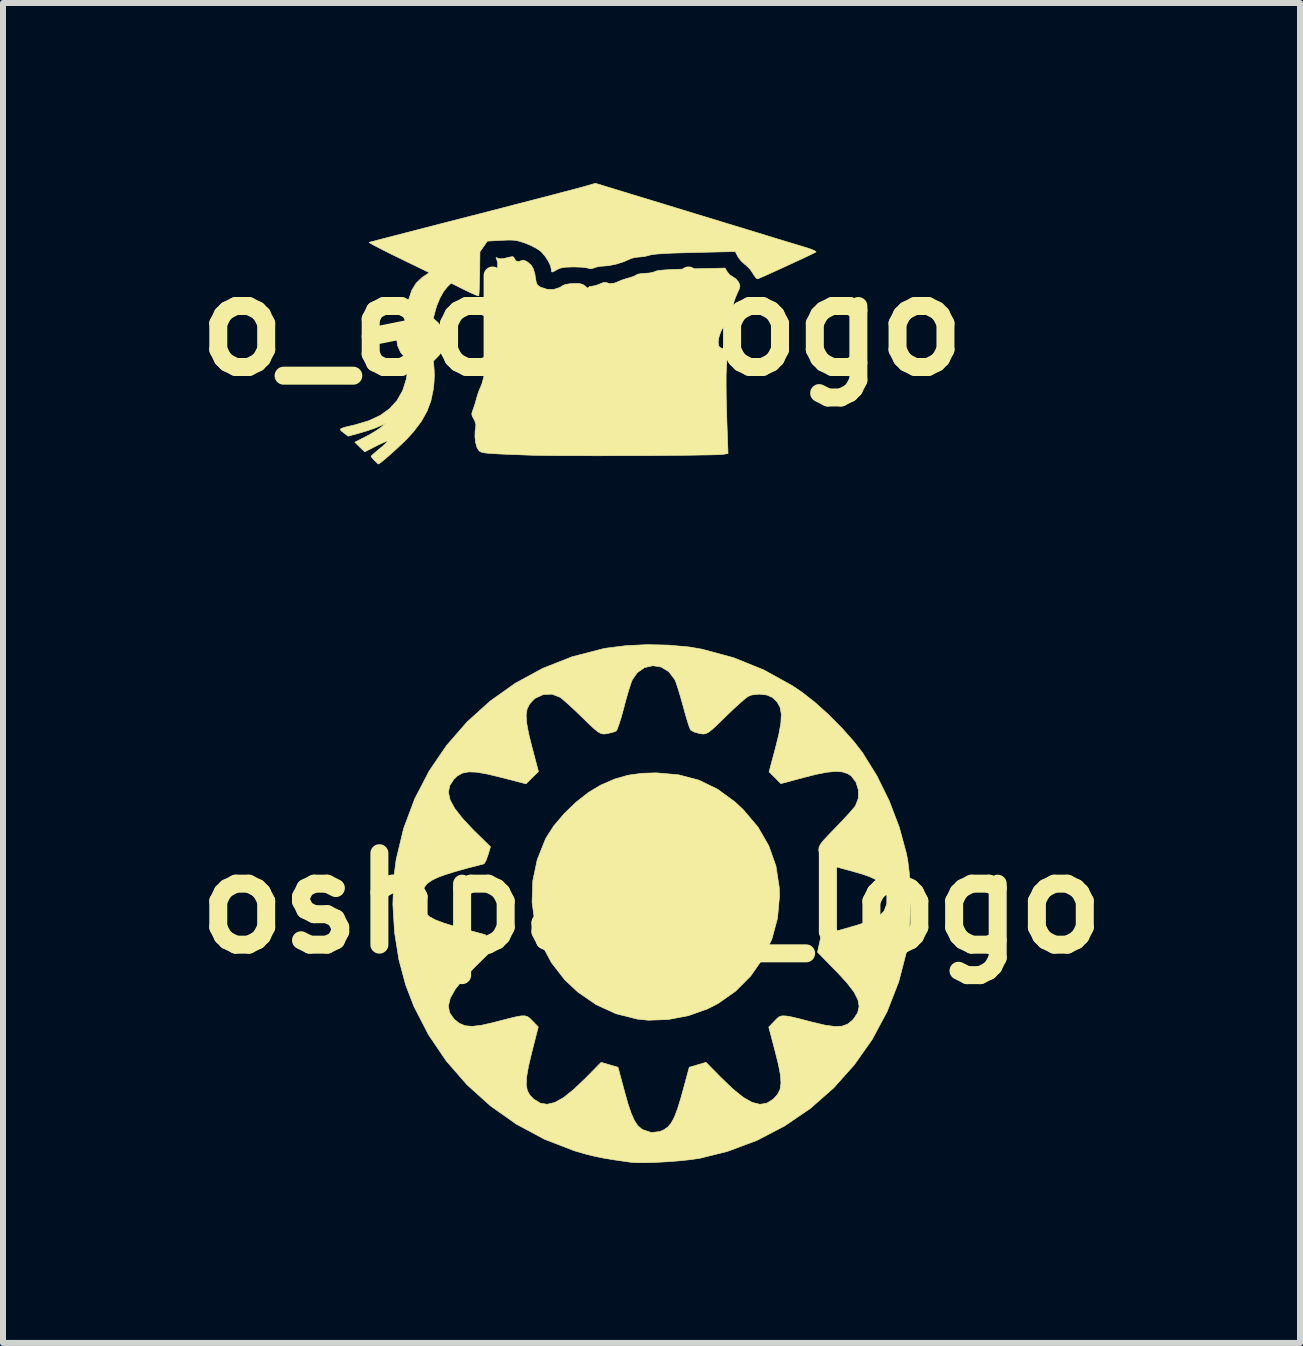
<source format=kicad_pcb>
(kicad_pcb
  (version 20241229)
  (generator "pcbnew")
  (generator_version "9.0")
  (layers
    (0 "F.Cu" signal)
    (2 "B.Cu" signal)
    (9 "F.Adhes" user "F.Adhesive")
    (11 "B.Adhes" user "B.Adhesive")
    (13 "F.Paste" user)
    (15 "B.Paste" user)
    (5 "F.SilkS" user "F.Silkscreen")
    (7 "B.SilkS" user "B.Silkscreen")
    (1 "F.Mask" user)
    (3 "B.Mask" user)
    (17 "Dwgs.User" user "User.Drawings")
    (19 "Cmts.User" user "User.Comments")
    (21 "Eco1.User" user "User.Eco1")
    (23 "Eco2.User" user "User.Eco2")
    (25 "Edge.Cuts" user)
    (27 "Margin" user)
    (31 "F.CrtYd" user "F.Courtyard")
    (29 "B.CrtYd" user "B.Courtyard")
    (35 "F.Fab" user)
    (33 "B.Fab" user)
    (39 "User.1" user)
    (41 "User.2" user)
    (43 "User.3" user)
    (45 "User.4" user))
  (footprint "oshpark_logo"
    (layer "F.Cu")
    (at 7.809 12.005)
    (property "Reference" "oshpark_logo" (at 0 0 0) (layer "F.SilkS") (effects (font (size 1.524 1.524) (thickness 0.3))))
    (attr through_hole)
    (fp_poly (pts (xy 0.45 -2.142) (xy 0.787 -2.053) (xy 1.098 -1.903) (xy 1.389 -1.691) (xy 1.527 -1.562) (xy 1.773 -1.272) (xy 1.955 -0.957) (xy 2.074 -0.62) (xy 2.129 -0.26) (xy 2.133 -0.12) (xy 2.1 0.248) (xy 2.006 0.597) (xy 1.855 0.922) (xy 1.652 1.213) (xy 1.4 1.466) (xy 1.106 1.672) (xy 0.931 1.761) (xy 0.615 1.873) (xy 0.28 1.937) (xy -0.052 1.949) (xy -0.24 1.93) (xy -0.591 1.841) (xy -0.923 1.69) (xy -1.229 1.479) (xy -1.446 1.276) (xy -1.669 0.989) (xy -1.836 0.672) (xy -1.943 0.334) (xy -1.991 -0.017) (xy -1.979 -0.373) (xy -1.905 -0.727) (xy -1.768 -1.069) (xy -1.755 -1.094) (xy -1.629 -1.29) (xy -1.457 -1.493) (xy -1.257 -1.686) (xy -1.046 -1.851) (xy -0.847 -1.97) (xy -0.61 -2.072) (xy -0.389 -2.135) (xy -0.157 -2.167) (xy 0.08 -2.174) (xy 0.45 -2.142)) (stroke (width 0.01) (type solid)) (fill yes) (layer "F.SilkS"))
    (fp_poly (pts (xy 0.286 -4.303) (xy 0.626 -4.272) (xy 0.838 -4.236) (xy 1.368 -4.093) (xy 1.872 -3.889) (xy 2.344 -3.628) (xy 2.506 -3.519) (xy 2.721 -3.351) (xy 2.951 -3.144) (xy 3.176 -2.917) (xy 3.379 -2.688) (xy 3.519 -2.506) (xy 3.755 -2.126) (xy 3.961 -1.708) (xy 4.128 -1.271) (xy 4.246 -0.839) (xy 4.271 -0.711) (xy 4.296 -0.505) (xy 4.31 -0.254) (xy 4.313 0.02) (xy 4.306 0.295) (xy 4.288 0.551) (xy 4.26 0.764) (xy 4.256 0.785) (xy 4.12 1.309) (xy 3.927 1.804) (xy 3.679 2.267) (xy 3.38 2.692) (xy 3.035 3.078) (xy 2.647 3.419) (xy 2.219 3.711) (xy 1.757 3.952) (xy 1.264 4.136) (xy 0.805 4.25) (xy 0.655 4.272) (xy 0.469 4.292) (xy 0.264 4.308) (xy 0.058 4.319) (xy -0.129 4.324) (xy -0.281 4.322) (xy -0.356 4.315) (xy -0.6 4.28) (xy -0.794 4.248) (xy -0.956 4.215) (xy -1.102 4.179) (xy -1.251 4.136) (xy -1.287 4.125) (xy -1.786 3.932) (xy -2.253 3.681) (xy -2.684 3.377) (xy -3.075 3.025) (xy -3.421 2.628) (xy -3.717 2.191) (xy -3.96 1.719) (xy -4.098 1.361) (xy -4.211 0.938) (xy -4.283 0.484) (xy -4.311 0.019) (xy -4.308 -0.069) (xy -3.861 -0.069) (xy -3.821 0.078) (xy -3.809 0.103) (xy -3.765 0.168) (xy -3.699 0.225) (xy -3.601 0.277) (xy -3.462 0.33) (xy -3.271 0.388) (xy -3.153 0.421) (xy -2.767 0.525) (xy -2.726 0.666) (xy -2.684 0.807) (xy -2.938 1.055) (xy -3.133 1.259) (xy -3.272 1.433) (xy -3.355 1.582) (xy -3.386 1.711) (xy -3.366 1.823) (xy -3.296 1.924) (xy -3.29 1.931) (xy -3.203 2.001) (xy -3.106 2.041) (xy -2.986 2.051) (xy -2.831 2.032) (xy -2.627 1.986) (xy -2.603 1.979) (xy -2.41 1.929) (xy -2.272 1.895) (xy -2.176 1.877) (xy -2.111 1.876) (xy -2.064 1.89) (xy -2.026 1.919) (xy -1.985 1.96) (xy -1.888 2.061) (xy -1.999 2.498) (xy -2.052 2.722) (xy -2.082 2.894) (xy -2.088 3.023) (xy -2.07 3.121) (xy -2.027 3.199) (xy -1.961 3.266) (xy -1.854 3.331) (xy -1.74 3.35) (xy -1.613 3.32) (xy -1.467 3.239) (xy -1.298 3.104) (xy -1.099 2.914) (xy -1.089 2.904) (xy -0.84 2.651) (xy -0.7 2.692) (xy -0.559 2.733) (xy -0.455 3.119) (xy -0.393 3.341) (xy -0.337 3.506) (xy -0.284 3.624) (xy -0.229 3.706) (xy -0.167 3.76) (xy -0.144 3.774) (xy -0.001 3.821) (xy 0.139 3.804) (xy 0.204 3.776) (xy 0.271 3.73) (xy 0.328 3.663) (xy 0.381 3.565) (xy 0.434 3.424) (xy 0.493 3.232) (xy 0.524 3.119) (xy 0.629 2.733) (xy 0.908 2.651) (xy 1.157 2.904) (xy 1.358 3.097) (xy 1.529 3.235) (xy 1.676 3.318) (xy 1.804 3.35) (xy 1.918 3.333) (xy 2.023 3.268) (xy 2.033 3.26) (xy 2.1 3.186) (xy 2.142 3.102) (xy 2.157 2.998) (xy 2.148 2.862) (xy 2.114 2.683) (xy 2.065 2.487) (xy 1.954 2.064) (xy 2.052 1.961) (xy 2.094 1.918) (xy 2.132 1.889) (xy 2.178 1.876) (xy 2.243 1.878) (xy 2.338 1.895) (xy 2.476 1.928) (xy 2.667 1.978) (xy 2.68 1.981) (xy 2.891 2.031) (xy 3.052 2.053) (xy 3.174 2.048) (xy 3.268 2.014) (xy 3.347 1.95) (xy 3.368 1.927) (xy 3.435 1.825) (xy 3.46 1.721) (xy 3.441 1.609) (xy 3.375 1.48) (xy 3.259 1.328) (xy 3.091 1.145) (xy 3.075 1.13) (xy 2.767 0.815) (xy 2.797 0.674) (xy 2.828 0.532) (xy 3.217 0.425) (xy 3.441 0.36) (xy 3.609 0.303) (xy 3.73 0.249) (xy 3.814 0.194) (xy 3.871 0.134) (xy 3.876 0.128) (xy 3.921 0.011) (xy 3.922 -0.126) (xy 3.879 -0.253) (xy 3.858 -0.284) (xy 3.801 -0.346) (xy 3.731 -0.398) (xy 3.636 -0.443) (xy 3.504 -0.489) (xy 3.322 -0.541) (xy 3.251 -0.56) (xy 3.102 -0.6) (xy 2.976 -0.638) (xy 2.888 -0.668) (xy 2.857 -0.683) (xy 2.825 -0.735) (xy 2.798 -0.822) (xy 2.795 -0.836) (xy 2.787 -0.89) (xy 2.793 -0.937) (xy 2.818 -0.988) (xy 2.871 -1.054) (xy 2.959 -1.148) (xy 3.058 -1.25) (xy 3.175 -1.372) (xy 3.279 -1.484) (xy 3.358 -1.574) (xy 3.399 -1.625) (xy 3.447 -1.75) (xy 3.448 -1.889) (xy 3.406 -2.021) (xy 3.327 -2.124) (xy 3.269 -2.161) (xy 3.177 -2.19) (xy 3.066 -2.198) (xy 2.924 -2.184) (xy 2.741 -2.148) (xy 2.543 -2.098) (xy 2.156 -1.994) (xy 1.959 -2.191) (xy 2.063 -2.58) (xy 2.123 -2.82) (xy 2.156 -3.008) (xy 2.163 -3.152) (xy 2.143 -3.264) (xy 2.095 -3.353) (xy 2.02 -3.428) (xy 1.924 -3.471) (xy 1.797 -3.486) (xy 1.671 -3.472) (xy 1.615 -3.451) (xy 1.563 -3.413) (xy 1.476 -3.338) (xy 1.364 -3.236) (xy 1.241 -3.118) (xy 1.233 -3.109) (xy 1.105 -2.985) (xy 1.015 -2.901) (xy 0.95 -2.85) (xy 0.9 -2.826) (xy 0.855 -2.821) (xy 0.802 -2.829) (xy 0.713 -2.854) (xy 0.655 -2.886) (xy 0.65 -2.891) (xy 0.63 -2.938) (xy 0.598 -3.035) (xy 0.559 -3.168) (xy 0.527 -3.285) (xy 0.483 -3.441) (xy 0.441 -3.581) (xy 0.405 -3.687) (xy 0.386 -3.731) (xy 0.287 -3.861) (xy 0.162 -3.937) (xy 0.023 -3.96) (xy -0.115 -3.929) (xy -0.237 -3.845) (xy -0.318 -3.731) (xy -0.345 -3.662) (xy -0.383 -3.544) (xy -0.425 -3.397) (xy -0.459 -3.268) (xy -0.5 -3.117) (xy -0.539 -2.992) (xy -0.57 -2.905) (xy -0.588 -2.873) (xy -0.643 -2.851) (xy -0.73 -2.83) (xy -0.74 -2.828) (xy -0.792 -2.821) (xy -0.838 -2.828) (xy -0.89 -2.855) (xy -0.959 -2.911) (xy -1.057 -3.002) (xy -1.148 -3.092) (xy -1.27 -3.209) (xy -1.382 -3.313) (xy -1.472 -3.392) (xy -1.523 -3.433) (xy -1.658 -3.485) (xy -1.804 -3.479) (xy -1.937 -3.418) (xy -1.965 -3.395) (xy -2.032 -3.321) (xy -2.074 -3.238) (xy -2.09 -3.134) (xy -2.08 -2.998) (xy -2.046 -2.819) (xy -1.997 -2.621) (xy -1.885 -2.197) (xy -2.092 -1.991) (xy -2.51 -2.099) (xy -2.738 -2.154) (xy -2.914 -2.185) (xy -3.048 -2.19) (xy -3.151 -2.17) (xy -3.234 -2.124) (xy -3.294 -2.067) (xy -3.363 -1.962) (xy -3.385 -1.85) (xy -3.358 -1.723) (xy -3.279 -1.579) (xy -3.147 -1.41) (xy -2.96 -1.212) (xy -2.938 -1.191) (xy -2.684 -0.942) (xy -2.726 -0.803) (xy -2.757 -0.716) (xy -2.788 -0.663) (xy -2.797 -0.656) (xy -3.068 -0.586) (xy -3.281 -0.526) (xy -3.444 -0.475) (xy -3.566 -0.43) (xy -3.656 -0.386) (xy -3.722 -0.342) (xy -3.745 -0.322) (xy -3.836 -0.2) (xy -3.861 -0.069) (xy -4.308 -0.069) (xy -4.295 -0.434) (xy -4.256 -0.73) (xy -4.131 -1.25) (xy -3.946 -1.743) (xy -3.706 -2.205) (xy -3.414 -2.633) (xy -3.075 -3.022) (xy -2.692 -3.368) (xy -2.27 -3.668) (xy -1.813 -3.916) (xy -1.324 -4.109) (xy -0.809 -4.242) (xy -0.744 -4.254) (xy -0.425 -4.294) (xy -0.073 -4.311) (xy 0.286 -4.303)) (stroke (width 0.01) (type solid)) (fill yes) (layer "F.SilkS")))
  (footprint "o_edu_logo"
    (layer "F.Cu")
    (at 6.648 2.377)
    (property "Reference" "o_edu_logo" (at 0 0 0) (layer "F.SilkS") (effects (font (size 1.524 1.524) (thickness 0.3))))
    (attr through_hole)
    (fp_poly (pts (xy -1.134 -1.138) (xy -1.128 -1.121) (xy -1.099 -1.078) (xy -1.05 -1.069) (xy -1.013 -1.081) (xy -0.976 -1.091) (xy -0.933 -1.076) (xy -0.902 -1.057) (xy -0.846 -1.008) (xy -0.808 -0.946) (xy -0.783 -0.859) (xy -0.772 -0.788) (xy -0.76 -0.719) (xy -0.741 -0.678) (xy -0.707 -0.651) (xy -0.691 -0.642) (xy -0.581 -0.605) (xy -0.468 -0.603) (xy -0.365 -0.637) (xy -0.318 -0.668) (xy -0.274 -0.686) (xy -0.199 -0.698) (xy -0.104 -0.703) (xy -0.038 -0.701) (xy 0.019 -0.684) (xy 0.063 -0.652) (xy 0.092 -0.627) (xy 0.106 -0.63) (xy 0.106 -0.631) (xy 0.124 -0.649) (xy 0.165 -0.656) (xy 0.223 -0.666) (xy 0.29 -0.69) (xy 0.301 -0.695) (xy 0.362 -0.719) (xy 0.404 -0.718) (xy 0.406 -0.717) (xy 0.467 -0.7) (xy 0.545 -0.709) (xy 0.603 -0.732) (xy 0.661 -0.757) (xy 0.738 -0.783) (xy 0.782 -0.795) (xy 0.847 -0.815) (xy 0.895 -0.835) (xy 0.91 -0.846) (xy 0.936 -0.858) (xy 0.992 -0.867) (xy 1.049 -0.871) (xy 1.126 -0.877) (xy 1.192 -0.891) (xy 1.222 -0.903) (xy 1.25 -0.913) (xy 1.302 -0.921) (xy 1.381 -0.928) (xy 1.49 -0.935) (xy 1.635 -0.94) (xy 1.818 -0.945) (xy 1.828 -0.946) (xy 2.386 -0.959) (xy 2.423 -0.896) (xy 2.466 -0.845) (xy 2.519 -0.811) (xy 2.519 -0.811) (xy 2.571 -0.776) (xy 2.612 -0.724) (xy 2.613 -0.723) (xy 2.63 -0.683) (xy 2.634 -0.649) (xy 2.621 -0.607) (xy 2.594 -0.548) (xy 2.561 -0.471) (xy 2.535 -0.396) (xy 2.527 -0.362) (xy 2.509 -0.298) (xy 2.486 -0.246) (xy 2.484 -0.244) (xy 2.461 -0.19) (xy 2.455 -0.155) (xy 2.447 -0.098) (xy 2.425 -0.044) (xy 2.398 -0.007) (xy 2.382 0) (xy 2.361 0.018) (xy 2.333 0.065) (xy 2.311 0.112) (xy 2.281 0.204) (xy 2.272 0.283) (xy 2.282 0.341) (xy 2.312 0.371) (xy 2.319 0.373) (xy 2.382 0.391) (xy 2.428 0.421) (xy 2.445 0.454) (xy 2.443 0.464) (xy 2.428 0.517) (xy 2.417 0.594) (xy 2.409 0.698) (xy 2.404 0.832) (xy 2.404 0.998) (xy 2.406 1.2) (xy 2.412 1.439) (xy 2.419 1.653) (xy 2.436 2.132) (xy 2.356 2.145) (xy 2.313 2.148) (xy 2.233 2.152) (xy 2.118 2.155) (xy 1.974 2.157) (xy 1.804 2.16) (xy 1.612 2.162) (xy 1.404 2.164) (xy 1.183 2.166) (xy 0.952 2.167) (xy 0.718 2.168) (xy 0.483 2.168) (xy 0.251 2.169) (xy 0.028 2.168) (xy -0.183 2.168) (xy -0.377 2.167) (xy -0.551 2.165) (xy -0.7 2.163) (xy -0.82 2.161) (xy -0.878 2.159) (xy -1.082 2.151) (xy -1.248 2.145) (xy -1.379 2.139) (xy -1.482 2.133) (xy -1.558 2.128) (xy -1.614 2.122) (xy -1.654 2.115) (xy -1.68 2.107) (xy -1.699 2.098) (xy -1.713 2.086) (xy -1.714 2.086) (xy -1.748 2.032) (xy -1.771 1.95) (xy -1.782 1.852) (xy -1.779 1.752) (xy -1.77 1.702) (xy -1.767 1.64) (xy -1.791 1.574) (xy -1.801 1.558) (xy -1.829 1.505) (xy -1.835 1.467) (xy -1.822 1.421) (xy -1.814 1.401) (xy -1.789 1.331) (xy -1.765 1.248) (xy -1.757 1.217) (xy -1.733 1.137) (xy -1.704 1.059) (xy -1.692 1.035) (xy -1.666 0.97) (xy -1.639 0.87) (xy -1.61 0.745) (xy -1.582 0.603) (xy -1.557 0.452) (xy -1.536 0.301) (xy -1.52 0.157) (xy -1.512 0.053) (xy -1.5 -0.077) (xy -1.477 -0.201) (xy -1.461 -0.265) (xy -1.452 -0.31) (xy -1.444 -0.387) (xy -1.436 -0.485) (xy -1.43 -0.594) (xy -1.43 -0.603) (xy -1.424 -0.716) (xy -1.418 -0.821) (xy -1.412 -0.908) (xy -1.406 -0.965) (xy -1.406 -0.966) (xy -1.403 -1.041) (xy -1.417 -1.098) (xy -1.418 -1.1) (xy -1.432 -1.132) (xy -1.421 -1.134) (xy -1.401 -1.124) (xy -1.356 -1.113) (xy -1.288 -1.121) (xy -1.249 -1.131) (xy -1.184 -1.146) (xy -1.15 -1.149) (xy -1.134 -1.138)) (stroke (width 0.01) (type solid)) (fill yes) (layer "F.SilkS"))
    (fp_poly (pts (xy 1.886 -1.865) (xy 2.146 -1.786) (xy 2.399 -1.708) (xy 2.641 -1.635) (xy 2.867 -1.566) (xy 3.075 -1.502) (xy 3.261 -1.445) (xy 3.422 -1.396) (xy 3.554 -1.356) (xy 3.654 -1.326) (xy 3.718 -1.306) (xy 3.733 -1.302) (xy 3.812 -1.276) (xy 3.871 -1.252) (xy 3.901 -1.234) (xy 3.902 -1.228) (xy 3.879 -1.215) (xy 3.824 -1.188) (xy 3.743 -1.149) (xy 3.643 -1.102) (xy 3.53 -1.05) (xy 3.411 -0.995) (xy 3.292 -0.94) (xy 3.179 -0.889) (xy 3.08 -0.844) (xy 3.001 -0.809) (xy 2.947 -0.786) (xy 2.928 -0.779) (xy 2.905 -0.792) (xy 2.872 -0.834) (xy 2.852 -0.868) (xy 2.804 -0.938) (xy 2.743 -1.001) (xy 2.72 -1.018) (xy 2.659 -1.072) (xy 2.608 -1.137) (xy 2.598 -1.154) (xy 2.557 -1.234) (xy 1.885 -1.219) (xy 1.673 -1.213) (xy 1.5 -1.208) (xy 1.364 -1.201) (xy 1.26 -1.194) (xy 1.186 -1.186) (xy 1.139 -1.177) (xy 1.13 -1.174) (xy 1.052 -1.154) (xy 0.968 -1.144) (xy 0.957 -1.144) (xy 0.884 -1.136) (xy 0.819 -1.118) (xy 0.808 -1.113) (xy 0.691 -1.062) (xy 0.564 -1.023) (xy 0.445 -0.999) (xy 0.382 -0.994) (xy 0.305 -0.988) (xy 0.239 -0.975) (xy 0.213 -0.965) (xy 0.153 -0.947) (xy 0.107 -0.957) (xy 0.062 -0.967) (xy -0.012 -0.974) (xy -0.103 -0.977) (xy -0.144 -0.978) (xy -0.247 -0.975) (xy -0.319 -0.968) (xy -0.373 -0.953) (xy -0.415 -0.933) (xy -0.47 -0.902) (xy -0.497 -0.892) (xy -0.507 -0.905) (xy -0.508 -0.932) (xy -0.522 -0.997) (xy -0.56 -1.076) (xy -0.614 -1.158) (xy -0.674 -1.227) (xy -0.7 -1.25) (xy -0.764 -1.291) (xy -0.851 -1.336) (xy -0.943 -1.374) (xy -0.951 -1.377) (xy -1.028 -1.402) (xy -1.09 -1.418) (xy -1.151 -1.425) (xy -1.226 -1.426) (xy -1.326 -1.422) (xy -1.345 -1.421) (xy -1.575 -1.408) (xy -1.637 -1.319) (xy -1.699 -1.231) (xy -1.703 -0.869) (xy -1.706 -0.75) (xy -1.709 -0.646) (xy -1.712 -0.564) (xy -1.716 -0.512) (xy -1.719 -0.496) (xy -1.742 -0.5) (xy -1.794 -0.521) (xy -1.868 -0.554) (xy -1.955 -0.596) (xy -2.179 -0.708) (xy -2.24 -0.649) (xy -2.304 -0.569) (xy -2.366 -0.459) (xy -2.418 -0.332) (xy -2.444 -0.246) (xy -2.476 -0.121) (xy -2.392 -0.045) (xy -2.315 0.051) (xy -2.276 0.16) (xy -2.273 0.275) (xy -2.307 0.389) (xy -2.379 0.494) (xy -2.395 0.511) (xy -2.474 0.59) (xy -2.462 0.737) (xy -2.459 0.833) (xy -2.464 0.946) (xy -2.475 1.054) (xy -2.476 1.061) (xy -2.516 1.253) (xy -2.582 1.429) (xy -2.676 1.597) (xy -2.804 1.766) (xy -2.909 1.881) (xy -2.969 1.941) (xy -3.043 2.011) (xy -3.123 2.085) (xy -3.203 2.156) (xy -3.276 2.22) (xy -3.337 2.27) (xy -3.378 2.3) (xy -3.391 2.307) (xy -3.41 2.293) (xy -3.446 2.259) (xy -3.457 2.248) (xy -3.493 2.207) (xy -3.513 2.181) (xy -3.514 2.178) (xy -3.498 2.16) (xy -3.457 2.124) (xy -3.399 2.075) (xy -3.376 2.056) (xy -3.313 2.004) (xy -3.265 1.96) (xy -3.24 1.932) (xy -3.239 1.928) (xy -3.256 1.929) (xy -3.303 1.947) (xy -3.372 1.979) (xy -3.429 2.007) (xy -3.619 2.104) (xy -3.702 2.024) (xy -3.784 1.943) (xy -3.601 1.85) (xy -3.512 1.802) (xy -3.428 1.751) (xy -3.363 1.707) (xy -3.344 1.692) (xy -3.27 1.627) (xy -3.341 1.662) (xy -3.45 1.709) (xy -3.582 1.754) (xy -3.742 1.801) (xy -3.897 1.842) (xy -3.972 1.785) (xy -4.006 1.758) (xy -4.024 1.738) (xy -4.021 1.722) (xy -3.993 1.708) (xy -3.935 1.69) (xy -3.842 1.668) (xy -3.781 1.654) (xy -3.553 1.586) (xy -3.36 1.496) (xy -3.203 1.383) (xy -3.079 1.246) (xy -2.987 1.084) (xy -2.927 0.895) (xy -2.903 0.745) (xy -2.886 0.584) (xy -2.949 0.531) (xy -3.023 0.443) (xy -3.071 0.334) (xy -3.089 0.217) (xy -3.073 0.105) (xy -3.068 0.091) (xy -3.038 0.036) (xy -2.994 -0.023) (xy -2.986 -0.032) (xy -2.954 -0.072) (xy -2.933 -0.116) (xy -2.921 -0.178) (xy -2.912 -0.259) (xy -2.885 -0.441) (xy -2.835 -0.589) (xy -2.761 -0.709) (xy -2.662 -0.803) (xy -2.638 -0.819) (xy -2.543 -0.883) (xy -3.055 -1.132) (xy -3.189 -1.197) (xy -3.308 -1.257) (xy -3.408 -1.309) (xy -3.484 -1.349) (xy -3.531 -1.376) (xy -3.546 -1.388) (xy -3.545 -1.388) (xy -3.522 -1.394) (xy -3.461 -1.41) (xy -3.365 -1.435) (xy -3.237 -1.469) (xy -3.08 -1.509) (xy -2.898 -1.556) (xy -2.693 -1.609) (xy -2.469 -1.667) (xy -2.228 -1.729) (xy -1.974 -1.794) (xy -1.831 -1.831) (xy -1.566 -1.899) (xy -1.31 -1.965) (xy -1.065 -2.029) (xy -0.835 -2.088) (xy -0.624 -2.143) (xy -0.436 -2.192) (xy -0.273 -2.235) (xy -0.139 -2.27) (xy -0.037 -2.297) (xy 0.028 -2.315) (xy 0.044 -2.319) (xy 0.226 -2.372) (xy 1.886 -1.865)) (stroke (width 0.01) (type solid)) (fill yes) (layer "F.SilkS")))
  (gr_rect
    (start -3 -3)
    (end 18.617 19.333)
    (stroke (width 0.1) (type default))
    (fill no)
    (layer "Edge.Cuts")))
</source>
